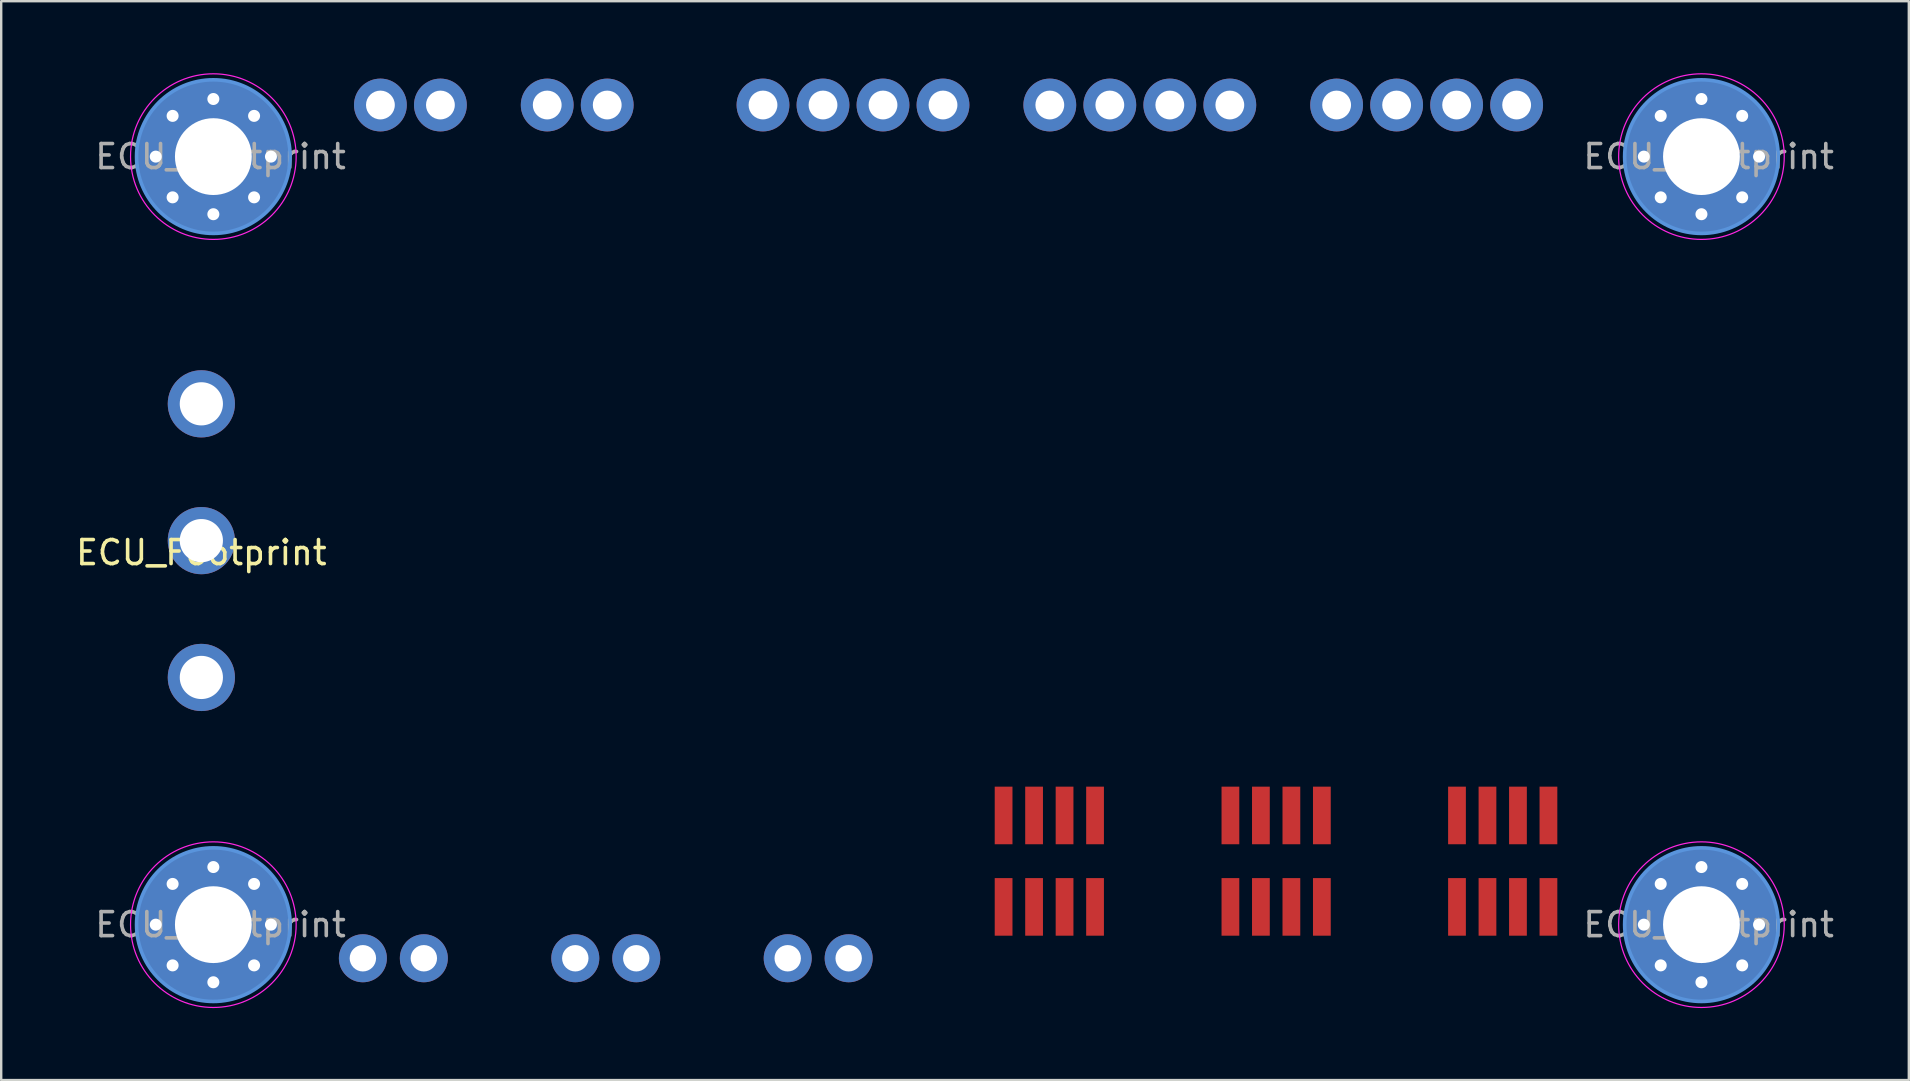
<source format=kicad_pcb>
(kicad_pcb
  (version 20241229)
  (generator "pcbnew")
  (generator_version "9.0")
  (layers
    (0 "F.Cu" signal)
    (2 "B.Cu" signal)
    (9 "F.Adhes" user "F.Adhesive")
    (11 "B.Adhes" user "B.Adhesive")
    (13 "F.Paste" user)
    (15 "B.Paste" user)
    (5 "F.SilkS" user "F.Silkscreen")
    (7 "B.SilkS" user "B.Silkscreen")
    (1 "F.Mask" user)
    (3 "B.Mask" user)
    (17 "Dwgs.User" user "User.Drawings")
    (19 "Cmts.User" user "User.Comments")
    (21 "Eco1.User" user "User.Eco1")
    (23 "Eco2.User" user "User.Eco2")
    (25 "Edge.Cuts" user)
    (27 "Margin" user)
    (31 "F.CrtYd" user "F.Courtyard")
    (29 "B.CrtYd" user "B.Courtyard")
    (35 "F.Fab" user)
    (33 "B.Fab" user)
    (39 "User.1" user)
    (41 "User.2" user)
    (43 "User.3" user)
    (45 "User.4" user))
  (footprint "ECU_Footprint"
    (layer "F.Cu")
    (at 36.839 19.475)
    (property "Reference" "ECU_Footprint" (at -31.5 0.5 0) (layer "F.SilkS") (effects (font (size 1 1) (thickness 0.15))))
    (attr through_hole)
    (fp_circle (center -31 -16) (end -27.8 -16) (stroke (width 0.15) (type solid)) (fill no) (layer "Cmts.User"))
    (fp_circle (center -31 16) (end -27.8 16) (stroke (width 0.15) (type solid)) (fill no) (layer "Cmts.User"))
    (fp_circle (center 31 -16) (end 34.2 -16) (stroke (width 0.15) (type solid)) (fill no) (layer "Cmts.User"))
    (fp_circle (center 31 16) (end 34.2 16) (stroke (width 0.15) (type solid)) (fill no) (layer "Cmts.User"))
    (fp_circle (center -31 -16) (end -27.55 -16) (stroke (width 0.05) (type solid)) (fill no) (layer "F.CrtYd"))
    (fp_circle (center -31 16) (end -27.55 16) (stroke (width 0.05) (type solid)) (fill no) (layer "F.CrtYd"))
    (fp_circle (center 31 -16) (end 34.45 -16) (stroke (width 0.05) (type solid)) (fill no) (layer "F.CrtYd"))
    (fp_circle (center 31 16) (end 34.45 16) (stroke (width 0.05) (type solid)) (fill no) (layer "F.CrtYd"))
    (fp_text user "${REFERENCE}" (at -30.7 16 0) (layer "F.Fab") (effects (font (size 1 1) (thickness 0.15))))
    (fp_text user "${REFERENCE}" (at 31.3 -16 0) (layer "F.Fab") (effects (font (size 1 1) (thickness 0.15))))
    (fp_text user "${REFERENCE}" (at -30.7 -16 0) (layer "F.Fab") (effects (font (size 1 1) (thickness 0.15))))
    (fp_text user "${REFERENCE}" (at 31.3 16 0) (layer "F.Fab") (effects (font (size 1 1) (thickness 0.15))))
    (pad "0" thru_hole circle (at -33.4 -16) (size 0.8 0.8) (drill 0.5) (layers "*.Cu" "*.Mask"))
    (pad "0" thru_hole circle (at -33.4 16) (size 0.8 0.8) (drill 0.5) (layers "*.Cu" "*.Mask"))
    (pad "0" thru_hole circle (at -32.697 -17.697) (size 0.8 0.8) (drill 0.5) (layers "*.Cu" "*.Mask"))
    (pad "0" thru_hole circle (at -32.697 -14.303) (size 0.8 0.8) (drill 0.5) (layers "*.Cu" "*.Mask"))
    (pad "0" thru_hole circle (at -32.697 14.303) (size 0.8 0.8) (drill 0.5) (layers "*.Cu" "*.Mask"))
    (pad "0" thru_hole circle (at -32.697 17.697) (size 0.8 0.8) (drill 0.5) (layers "*.Cu" "*.Mask"))
    (pad "0" thru_hole circle (at -31 -18.4) (size 0.8 0.8) (drill 0.5) (layers "*.Cu" "*.Mask"))
    (pad "0" thru_hole circle (at -31 -16) (size 6.4 6.4) (drill 3.2) (layers "*.Cu" "*.Mask"))
    (pad "0" thru_hole circle (at -31 -13.6) (size 0.8 0.8) (drill 0.5) (layers "*.Cu" "*.Mask"))
    (pad "0" thru_hole circle (at -31 13.6) (size 0.8 0.8) (drill 0.5) (layers "*.Cu" "*.Mask"))
    (pad "0" thru_hole circle (at -31 16) (size 6.4 6.4) (drill 3.2) (layers "*.Cu" "*.Mask"))
    (pad "0" thru_hole circle (at -31 18.4) (size 0.8 0.8) (drill 0.5) (layers "*.Cu" "*.Mask"))
    (pad "0" thru_hole circle (at -29.303 -17.697) (size 0.8 0.8) (drill 0.5) (layers "*.Cu" "*.Mask"))
    (pad "0" thru_hole circle (at -29.303 -14.303) (size 0.8 0.8) (drill 0.5) (layers "*.Cu" "*.Mask"))
    (pad "0" thru_hole circle (at -29.303 14.303) (size 0.8 0.8) (drill 0.5) (layers "*.Cu" "*.Mask"))
    (pad "0" thru_hole circle (at -29.303 17.697) (size 0.8 0.8) (drill 0.5) (layers "*.Cu" "*.Mask"))
    (pad "0" thru_hole circle (at -28.6 -16) (size 0.8 0.8) (drill 0.5) (layers "*.Cu" "*.Mask"))
    (pad "0" thru_hole circle (at -28.6 16) (size 0.8 0.8) (drill 0.5) (layers "*.Cu" "*.Mask"))
    (pad "0" thru_hole circle (at 28.6 -16) (size 0.8 0.8) (drill 0.5) (layers "*.Cu" "*.Mask"))
    (pad "0" thru_hole circle (at 28.6 16) (size 0.8 0.8) (drill 0.5) (layers "*.Cu" "*.Mask"))
    (pad "0" thru_hole circle (at 29.303 -17.697) (size 0.8 0.8) (drill 0.5) (layers "*.Cu" "*.Mask"))
    (pad "0" thru_hole circle (at 29.303 -14.303) (size 0.8 0.8) (drill 0.5) (layers "*.Cu" "*.Mask"))
    (pad "0" thru_hole circle (at 29.303 14.303) (size 0.8 0.8) (drill 0.5) (layers "*.Cu" "*.Mask"))
    (pad "0" thru_hole circle (at 29.303 17.697) (size 0.8 0.8) (drill 0.5) (layers "*.Cu" "*.Mask"))
    (pad "0" thru_hole circle (at 31 -18.4) (size 0.8 0.8) (drill 0.5) (layers "*.Cu" "*.Mask"))
    (pad "0" thru_hole circle (at 31 -16) (size 6.4 6.4) (drill 3.2) (layers "*.Cu" "*.Mask"))
    (pad "0" thru_hole circle (at 31 -13.6) (size 0.8 0.8) (drill 0.5) (layers "*.Cu" "*.Mask"))
    (pad "0" thru_hole circle (at 31 13.6) (size 0.8 0.8) (drill 0.5) (layers "*.Cu" "*.Mask"))
    (pad "0" thru_hole circle (at 31 16) (size 6.4 6.4) (drill 3.2) (layers "*.Cu" "*.Mask"))
    (pad "0" thru_hole circle (at 31 18.4) (size 0.8 0.8) (drill 0.5) (layers "*.Cu" "*.Mask"))
    (pad "0" thru_hole circle (at 32.697 -17.697) (size 0.8 0.8) (drill 0.5) (layers "*.Cu" "*.Mask"))
    (pad "0" thru_hole circle (at 32.697 -14.303) (size 0.8 0.8) (drill 0.5) (layers "*.Cu" "*.Mask"))
    (pad "0" thru_hole circle (at 32.697 14.303) (size 0.8 0.8) (drill 0.5) (layers "*.Cu" "*.Mask"))
    (pad "0" thru_hole circle (at 32.697 17.697) (size 0.8 0.8) (drill 0.5) (layers "*.Cu" "*.Mask"))
    (pad "0" thru_hole circle (at 33.4 -16) (size 0.8 0.8) (drill 0.5) (layers "*.Cu" "*.Mask"))
    (pad "0" thru_hole circle (at 33.4 16) (size 0.8 0.8) (drill 0.5) (layers "*.Cu" "*.Mask"))
    (pad "1" thru_hole circle (at -24.04 -18.15) (size 2.2 2.2) (drill 1.2) (layers "*.Cu" "*.Mask"))
    (pad "2" thru_hole circle (at -21.54 -18.15) (size 2.2 2.2) (drill 1.2) (layers "*.Cu" "*.Mask"))
    (pad "3" thru_hole circle (at -17.09 -18.15) (size 2.2 2.2) (drill 1.2) (layers "*.Cu" "*.Mask"))
    (pad "4" thru_hole circle (at -14.59 -18.15) (size 2.2 2.2) (drill 1.2) (layers "*.Cu" "*.Mask"))
    (pad "5" thru_hole circle (at -8.1 -18.15) (size 2.2 2.2) (drill 1.2) (layers "*.Cu" "*.Mask"))
    (pad "6" thru_hole circle (at -5.6 -18.15) (size 2.2 2.2) (drill 1.2) (layers "*.Cu" "*.Mask"))
    (pad "7" thru_hole circle (at -3.1 -18.15) (size 2.2 2.2) (drill 1.2) (layers "*.Cu" "*.Mask"))
    (pad "8" thru_hole circle (at -0.6 -18.15) (size 2.2 2.2) (drill 1.2) (layers "*.Cu" "*.Mask"))
    (pad "9" thru_hole circle (at 3.85 -18.15) (size 2.2 2.2) (drill 1.2) (layers "*.Cu" "*.Mask"))
    (pad "10" thru_hole circle (at 6.35 -18.15) (size 2.2 2.2) (drill 1.2) (layers "*.Cu" "*.Mask"))
    (pad "11" thru_hole circle (at 8.85 -18.15) (size 2.2 2.2) (drill 1.2) (layers "*.Cu" "*.Mask"))
    (pad "12" thru_hole circle (at 11.35 -18.15) (size 2.2 2.2) (drill 1.2) (layers "*.Cu" "*.Mask"))
    (pad "13" thru_hole circle (at 15.8 -18.15) (size 2.2 2.2) (drill 1.2) (layers "*.Cu" "*.Mask"))
    (pad "14" thru_hole circle (at 18.3 -18.15) (size 2.2 2.2) (drill 1.2) (layers "*.Cu" "*.Mask"))
    (pad "15" thru_hole circle (at 20.8 -18.15) (size 2.2 2.2) (drill 1.2) (layers "*.Cu" "*.Mask"))
    (pad "16" thru_hole circle (at 23.3 -18.15) (size 2.2 2.2) (drill 1.2) (layers "*.Cu" "*.Mask"))
    (pad "17" thru_hole circle (at -31.5 -5.7) (size 2.8 2.8) (drill 1.8) (layers "*.Cu" "*.Mask"))
    (pad "18" thru_hole circle (at -31.5 0) (size 2.8 2.8) (drill 1.8) (layers "*.Cu" "*.Mask"))
    (pad "19" thru_hole circle (at -31.5 5.7) (size 2.8 2.8) (drill 1.8) (layers "*.Cu" "*.Mask"))
    (pad "20" thru_hole circle (at -24.77 17.4) (size 2 2) (drill 1.1) (layers "*.Cu" "*.Mask"))
    (pad "21" thru_hole circle (at -22.23 17.4) (size 2 2) (drill 1.1) (layers "*.Cu" "*.Mask"))
    (pad "22" thru_hole circle (at -15.92 17.4) (size 2 2) (drill 1.1) (layers "*.Cu" "*.Mask"))
    (pad "23" thru_hole circle (at -13.38 17.4) (size 2 2) (drill 1.1) (layers "*.Cu" "*.Mask"))
    (pad "24" thru_hole circle (at -7.07 17.4) (size 2 2) (drill 1.1) (layers "*.Cu" "*.Mask"))
    (pad "25" thru_hole circle (at -4.53 17.4) (size 2 2) (drill 1.1) (layers "*.Cu" "*.Mask"))
    (pad "26" smd rect (at 24.625 11.45 90) (size 2.4 0.74) (layers "F.Cu" "F.Mask" "F.Paste"))
    (pad "27" smd rect (at 23.355 11.45 90) (size 2.4 0.74) (layers "F.Cu" "F.Mask" "F.Paste"))
    (pad "28" smd rect (at 22.085 11.45 90) (size 2.4 0.74) (layers "F.Cu" "F.Mask" "F.Paste"))
    (pad "29" smd rect (at 20.815 11.45 90) (size 2.4 0.74) (layers "F.Cu" "F.Mask" "F.Paste"))
    (pad "30" smd rect (at 15.185 11.45 90) (size 2.4 0.74) (layers "F.Cu" "F.Mask" "F.Paste"))
    (pad "31" smd rect (at 13.915 11.45 90) (size 2.4 0.74) (layers "F.Cu" "F.Mask" "F.Paste"))
    (pad "32" smd rect (at 12.645 11.45 90) (size 2.4 0.74) (layers "F.Cu" "F.Mask" "F.Paste"))
    (pad "33" smd rect (at 11.375 11.45 90) (size 2.4 0.74) (layers "F.Cu" "F.Mask" "F.Paste"))
    (pad "34" smd rect (at 5.735 11.45 90) (size 2.4 0.74) (layers "F.Cu" "F.Mask" "F.Paste"))
    (pad "35" smd rect (at 4.465 11.45 90) (size 2.4 0.74) (layers "F.Cu" "F.Mask" "F.Paste"))
    (pad "36" smd rect (at 3.195 11.45 90) (size 2.4 0.74) (layers "F.Cu" "F.Mask" "F.Paste"))
    (pad "37" smd rect (at 1.925 11.45 90) (size 2.4 0.74) (layers "F.Cu" "F.Mask" "F.Paste"))
    (pad "38" smd rect (at 20.815 15.26 90) (size 2.4 0.74) (layers "F.Cu" "F.Mask" "F.Paste"))
    (pad "39" smd rect (at 22.085 15.26 90) (size 2.4 0.74) (layers "F.Cu" "F.Mask" "F.Paste"))
    (pad "40" smd rect (at 23.355 15.26 90) (size 2.4 0.74) (layers "F.Cu" "F.Mask" "F.Paste"))
    (pad "41" smd rect (at 24.625 15.26 90) (size 2.4 0.74) (layers "F.Cu" "F.Mask" "F.Paste"))
    (pad "42" smd rect (at 11.375 15.26 90) (size 2.4 0.74) (layers "F.Cu" "F.Mask" "F.Paste"))
    (pad "43" smd rect (at 12.645 15.26 90) (size 2.4 0.74) (layers "F.Cu" "F.Mask" "F.Paste"))
    (pad "44" smd rect (at 13.915 15.26 90) (size 2.4 0.74) (layers "F.Cu" "F.Mask" "F.Paste"))
    (pad "45" smd rect (at 15.185 15.26 90) (size 2.4 0.74) (layers "F.Cu" "F.Mask" "F.Paste"))
    (pad "46" smd rect (at 1.925 15.26 90) (size 2.4 0.74) (layers "F.Cu" "F.Mask" "F.Paste"))
    (pad "47" smd rect (at 3.195 15.26 90) (size 2.4 0.74) (layers "F.Cu" "F.Mask" "F.Paste"))
    (pad "48" smd rect (at 4.465 15.26 90) (size 2.4 0.74) (layers "F.Cu" "F.Mask" "F.Paste"))
    (pad "49" smd rect (at 5.735 15.26 90) (size 2.4 0.74) (layers "F.Cu" "F.Mask" "F.Paste")))
  (gr_rect
    (start -3 -3)
    (end 76.479 41.95)
    (stroke (width 0.1) (type default))
    (fill no)
    (layer "Edge.Cuts")))
</source>
